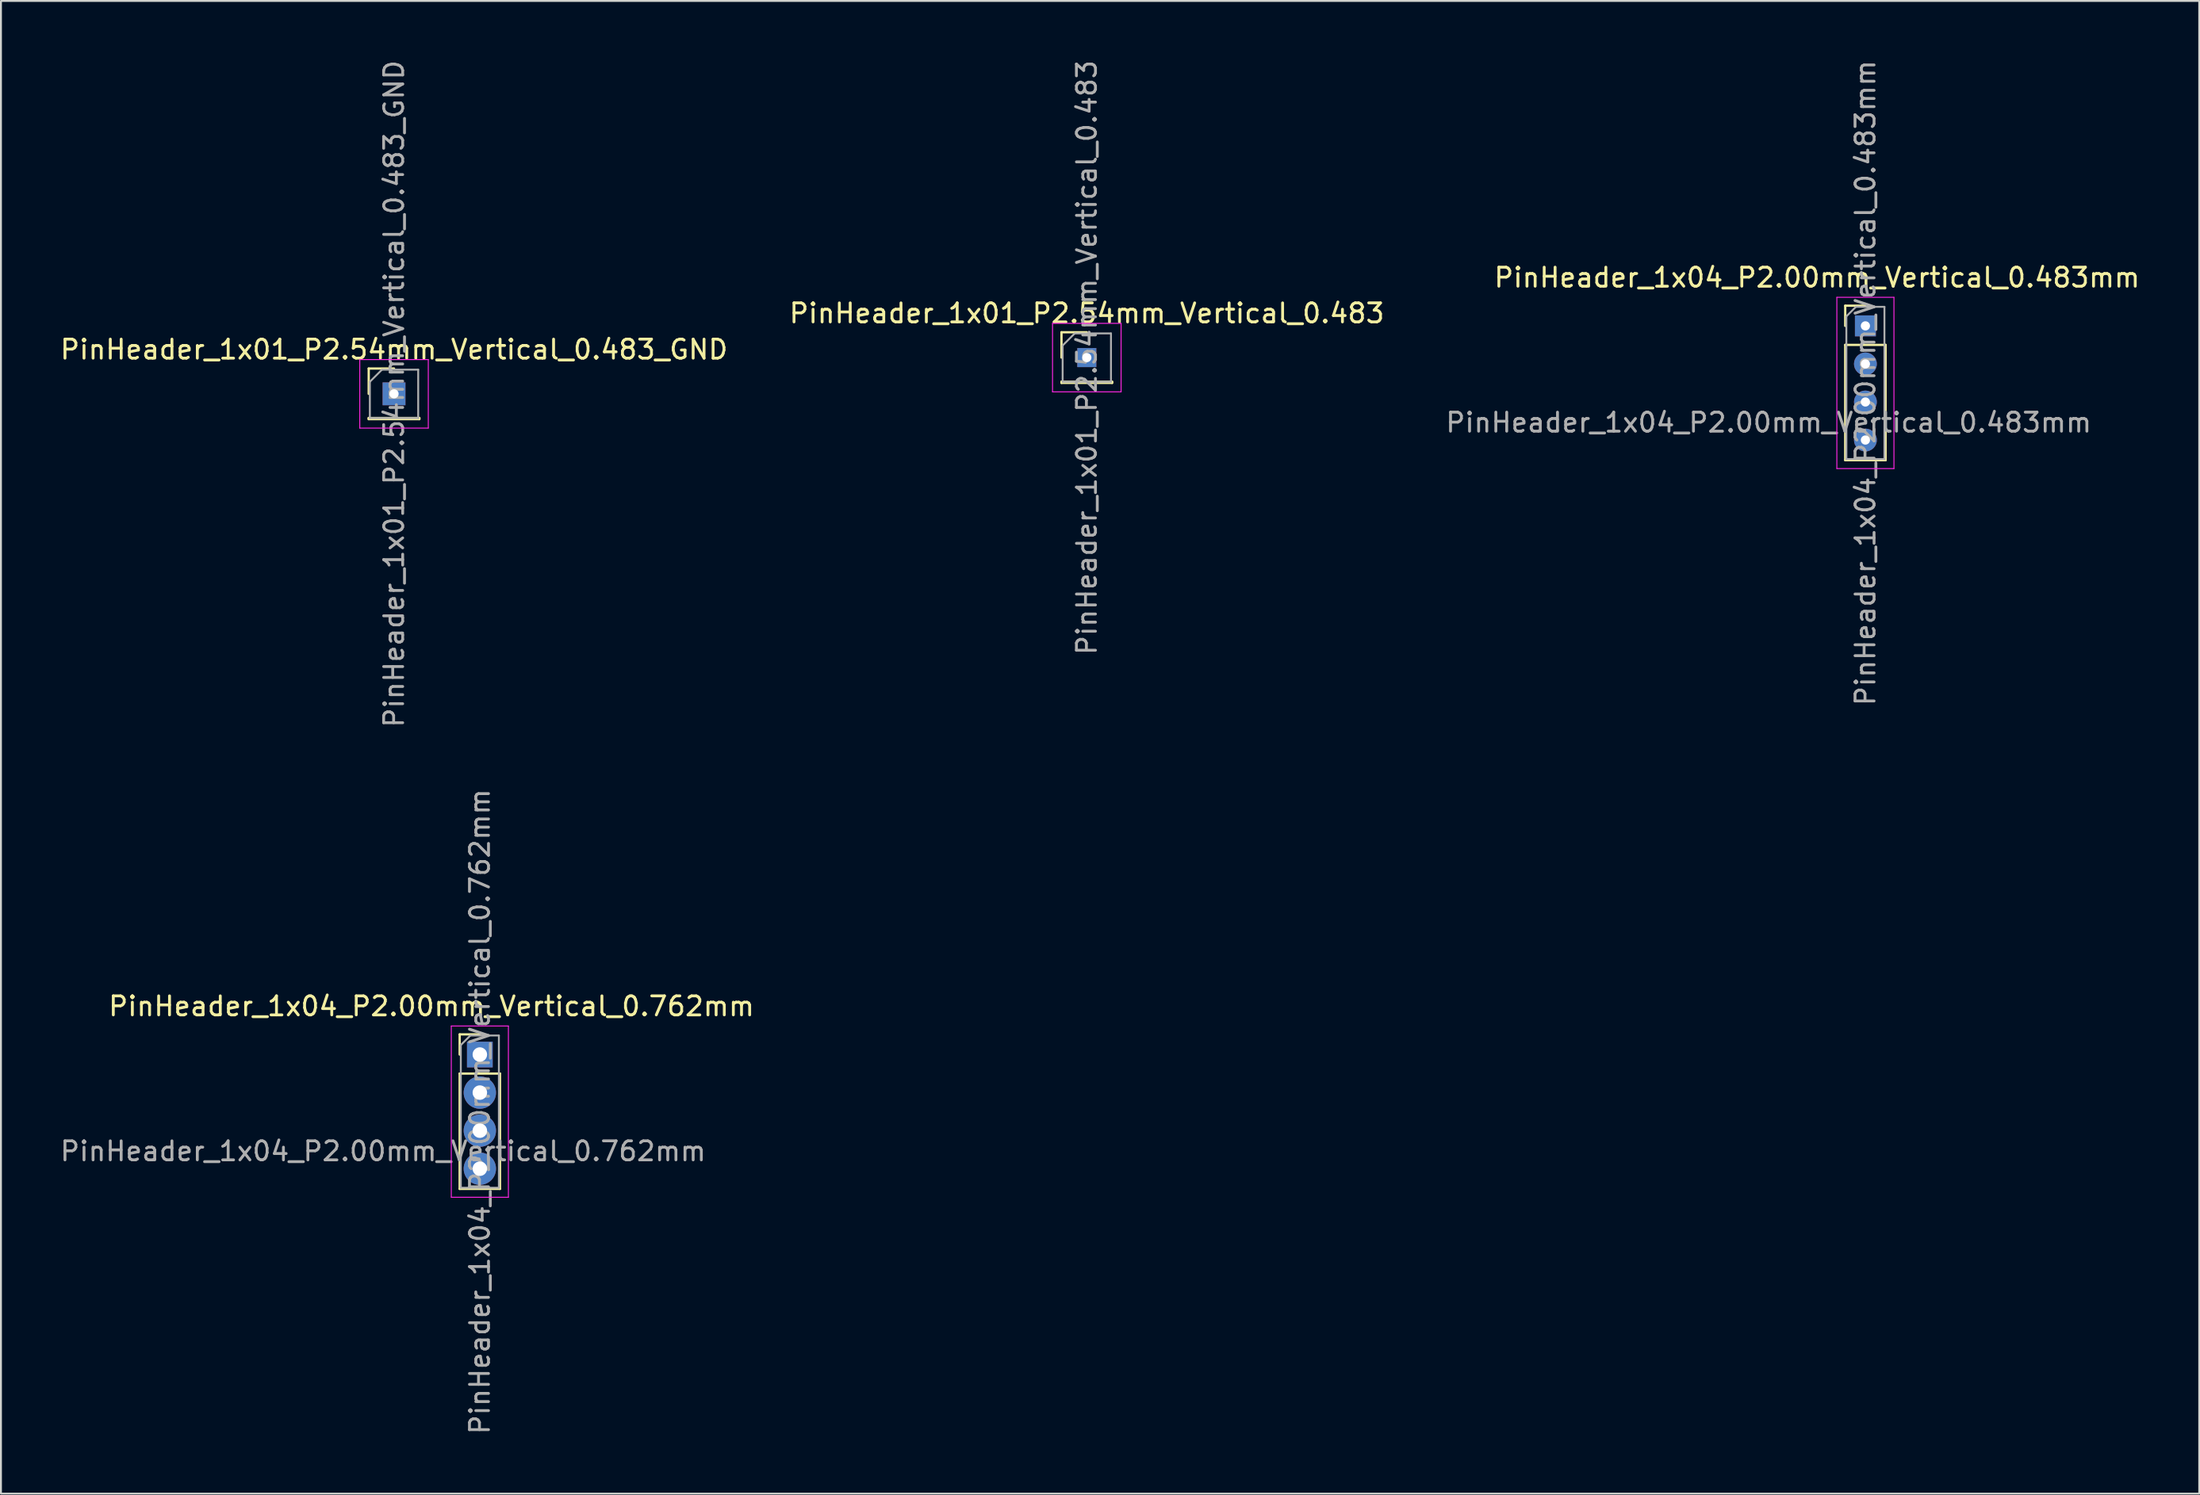
<source format=kicad_pcb>
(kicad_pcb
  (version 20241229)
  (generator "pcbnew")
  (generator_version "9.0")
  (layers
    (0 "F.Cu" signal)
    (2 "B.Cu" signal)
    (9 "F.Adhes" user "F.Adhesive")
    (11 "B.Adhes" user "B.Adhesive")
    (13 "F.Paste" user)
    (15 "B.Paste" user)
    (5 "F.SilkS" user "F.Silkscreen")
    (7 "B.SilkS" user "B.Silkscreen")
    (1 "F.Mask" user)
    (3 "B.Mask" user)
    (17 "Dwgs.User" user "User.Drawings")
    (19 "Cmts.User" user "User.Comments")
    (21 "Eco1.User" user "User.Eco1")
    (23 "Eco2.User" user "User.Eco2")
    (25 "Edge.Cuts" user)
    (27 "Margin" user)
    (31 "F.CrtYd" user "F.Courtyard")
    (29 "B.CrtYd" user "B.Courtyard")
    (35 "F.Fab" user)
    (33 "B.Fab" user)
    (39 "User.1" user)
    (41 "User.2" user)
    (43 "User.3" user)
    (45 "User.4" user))
  (footprint "PinHeader_1x04_P2.00mm_Vertical_0.762mm"
    (layer "F.Cu")
    (at 22.157 52.375)
    (property "Reference" "PinHeader_1x04_P2.00mm_Vertical_0.762mm" (at -2.54 -2.54 0) (unlocked yes) (layer "F.SilkS") (effects (font (size 1 1) (thickness 0.15))))
    (attr smd)
    (fp_line (start -1.06 -1.06) (end 0 -1.06) (stroke (width 0.12) (type solid)) (layer "F.SilkS"))
    (fp_line (start -1.06 0) (end -1.06 -1.06) (stroke (width 0.12) (type solid)) (layer "F.SilkS"))
    (fp_line (start -1.06 1) (end -1.06 7.06) (stroke (width 0.12) (type solid)) (layer "F.SilkS"))
    (fp_line (start -1.06 1) (end 1.06 1) (stroke (width 0.12) (type solid)) (layer "F.SilkS"))
    (fp_line (start -1.06 7.06) (end 1.06 7.06) (stroke (width 0.12) (type solid)) (layer "F.SilkS"))
    (fp_line (start 1.06 1) (end 1.06 7.06) (stroke (width 0.12) (type solid)) (layer "F.SilkS"))
    (fp_line (start -1.5 -1.5) (end -1.5 7.5) (stroke (width 0.05) (type solid)) (layer "F.CrtYd"))
    (fp_line (start -1.5 7.5) (end 1.5 7.5) (stroke (width 0.05) (type solid)) (layer "F.CrtYd"))
    (fp_line (start 1.5 -1.5) (end -1.5 -1.5) (stroke (width 0.05) (type solid)) (layer "F.CrtYd"))
    (fp_line (start 1.5 7.5) (end 1.5 -1.5) (stroke (width 0.05) (type solid)) (layer "F.CrtYd"))
    (fp_line (start -1 -0.5) (end -0.5 -1) (stroke (width 0.1) (type solid)) (layer "F.Fab"))
    (fp_line (start -1 7) (end -1 -0.5) (stroke (width 0.1) (type solid)) (layer "F.Fab"))
    (fp_line (start -0.5 -1) (end 1 -1) (stroke (width 0.1) (type solid)) (layer "F.Fab"))
    (fp_line (start 1 -1) (end 1 7) (stroke (width 0.1) (type solid)) (layer "F.Fab"))
    (fp_line (start 1 7) (end -1 7) (stroke (width 0.1) (type solid)) (layer "F.Fab"))
    (fp_text user "${REFERENCE}" (at -5.08 5.08 0) (unlocked yes) (layer "F.Fab") (effects (font (size 1 1) (thickness 0.15))))
    (fp_text user "${REFERENCE}" (at 0 3 90) (layer "F.Fab") (effects (font (size 1 1) (thickness 0.15))))
    (pad "1" thru_hole rect (at 0 0) (size 1.35 1.35) (drill 0.762) (layers "*.Cu" "*.Mask"))
    (pad "2" thru_hole oval (at 0 2) (size 1.7 1.7) (drill 0.762) (layers "*.Cu" "*.Mask"))
    (pad "3" thru_hole oval (at 0 4) (size 1.7 1.7) (drill 0.762) (layers "*.Cu" "*.Mask"))
    (pad "4" thru_hole oval (at 0 6) (size 1.7 1.7) (drill 0.762) (layers "*.Cu" "*.Mask")))
  (footprint "PinHeader_1x01_P2.54mm_Vertical_0.483_GND"
    (layer "F.Cu")
    (at 17.649 17.649)
    (property "Reference" "PinHeader_1x01_P2.54mm_Vertical_0.483_GND" (at 0 -2.33 0) (layer "F.SilkS") (effects (font (size 1 1) (thickness 0.15))))
    (attr through_hole)
    (fp_line (start -1.33 -1.33) (end 0 -1.33) (stroke (width 0.12) (type solid)) (layer "F.SilkS"))
    (fp_line (start -1.33 0) (end -1.33 -1.33) (stroke (width 0.12) (type solid)) (layer "F.SilkS"))
    (fp_line (start -1.33 1.27) (end -1.33 1.33) (stroke (width 0.12) (type solid)) (layer "F.SilkS"))
    (fp_line (start -1.33 1.27) (end 1.33 1.27) (stroke (width 0.12) (type solid)) (layer "F.SilkS"))
    (fp_line (start -1.33 1.33) (end 1.33 1.33) (stroke (width 0.12) (type solid)) (layer "F.SilkS"))
    (fp_line (start 1.33 1.27) (end 1.33 1.33) (stroke (width 0.12) (type solid)) (layer "F.SilkS"))
    (fp_line (start -1.8 -1.8) (end -1.8 1.8) (stroke (width 0.05) (type solid)) (layer "F.CrtYd"))
    (fp_line (start -1.8 1.8) (end 1.8 1.8) (stroke (width 0.05) (type solid)) (layer "F.CrtYd"))
    (fp_line (start 1.8 -1.8) (end -1.8 -1.8) (stroke (width 0.05) (type solid)) (layer "F.CrtYd"))
    (fp_line (start 1.8 1.8) (end 1.8 -1.8) (stroke (width 0.05) (type solid)) (layer "F.CrtYd"))
    (fp_line (start -1.27 -0.635) (end -0.635 -1.27) (stroke (width 0.1) (type solid)) (layer "F.Fab"))
    (fp_line (start -1.27 1.27) (end -1.27 -0.635) (stroke (width 0.1) (type solid)) (layer "F.Fab"))
    (fp_line (start -0.635 -1.27) (end 1.27 -1.27) (stroke (width 0.1) (type solid)) (layer "F.Fab"))
    (fp_line (start 1.27 -1.27) (end 1.27 1.27) (stroke (width 0.1) (type solid)) (layer "F.Fab"))
    (fp_line (start 1.27 1.27) (end -1.27 1.27) (stroke (width 0.1) (type solid)) (layer "F.Fab"))
    (fp_text user "${REFERENCE}" (at 0 0 90) (layer "F.Fab") (effects (font (size 1 1) (thickness 0.15))))
    (pad "1" thru_hole rect (at 0 0) (size 1.2 1.2) (drill 0.483) (layers "*.Cu" "*.Mask")))
  (footprint "PinHeader_1x01_P2.54mm_Vertical_0.483"
    (layer "F.Cu")
    (at 54.042 15.744)
    (property "Reference" "PinHeader_1x01_P2.54mm_Vertical_0.483" (at 0 -2.33 0) (layer "F.SilkS") (effects (font (size 1 1) (thickness 0.15))))
    (attr through_hole)
    (fp_line (start -1.33 -1.33) (end 0 -1.33) (stroke (width 0.12) (type solid)) (layer "F.SilkS"))
    (fp_line (start -1.33 0) (end -1.33 -1.33) (stroke (width 0.12) (type solid)) (layer "F.SilkS"))
    (fp_line (start -1.33 1.27) (end -1.33 1.33) (stroke (width 0.12) (type solid)) (layer "F.SilkS"))
    (fp_line (start -1.33 1.27) (end 1.33 1.27) (stroke (width 0.12) (type solid)) (layer "F.SilkS"))
    (fp_line (start -1.33 1.33) (end 1.33 1.33) (stroke (width 0.12) (type solid)) (layer "F.SilkS"))
    (fp_line (start 1.33 1.27) (end 1.33 1.33) (stroke (width 0.12) (type solid)) (layer "F.SilkS"))
    (fp_line (start -1.8 -1.8) (end -1.8 1.8) (stroke (width 0.05) (type solid)) (layer "F.CrtYd"))
    (fp_line (start -1.8 1.8) (end 1.8 1.8) (stroke (width 0.05) (type solid)) (layer "F.CrtYd"))
    (fp_line (start 1.8 -1.8) (end -1.8 -1.8) (stroke (width 0.05) (type solid)) (layer "F.CrtYd"))
    (fp_line (start 1.8 1.8) (end 1.8 -1.8) (stroke (width 0.05) (type solid)) (layer "F.CrtYd"))
    (fp_line (start -1.27 -0.635) (end -0.635 -1.27) (stroke (width 0.1) (type solid)) (layer "F.Fab"))
    (fp_line (start -1.27 1.27) (end -1.27 -0.635) (stroke (width 0.1) (type solid)) (layer "F.Fab"))
    (fp_line (start -0.635 -1.27) (end 1.27 -1.27) (stroke (width 0.1) (type solid)) (layer "F.Fab"))
    (fp_line (start 1.27 -1.27) (end 1.27 1.27) (stroke (width 0.1) (type solid)) (layer "F.Fab"))
    (fp_line (start 1.27 1.27) (end -1.27 1.27) (stroke (width 0.1) (type solid)) (layer "F.Fab"))
    (fp_text user "${REFERENCE}" (at 0 0 90) (layer "F.Fab") (effects (font (size 1 1) (thickness 0.15))))
    (pad "1" thru_hole rect (at 0 0) (size 1 1) (drill 0.483) (layers "*.Cu" "*.Mask")))
  (footprint "PinHeader_1x04_P2.00mm_Vertical_0.483mm"
    (layer "F.Cu")
    (at 94.943 14.077)
    (property "Reference" "PinHeader_1x04_P2.00mm_Vertical_0.483mm" (at -2.54 -2.54 0) (unlocked yes) (layer "F.SilkS") (effects (font (size 1 1) (thickness 0.15))))
    (attr smd)
    (fp_line (start -1.06 -1.06) (end 0 -1.06) (stroke (width 0.12) (type solid)) (layer "F.SilkS"))
    (fp_line (start -1.06 0) (end -1.06 -1.06) (stroke (width 0.12) (type solid)) (layer "F.SilkS"))
    (fp_line (start -1.06 1) (end -1.06 7.06) (stroke (width 0.12) (type solid)) (layer "F.SilkS"))
    (fp_line (start -1.06 1) (end 1.06 1) (stroke (width 0.12) (type solid)) (layer "F.SilkS"))
    (fp_line (start -1.06 7.06) (end 1.06 7.06) (stroke (width 0.12) (type solid)) (layer "F.SilkS"))
    (fp_line (start 1.06 1) (end 1.06 7.06) (stroke (width 0.12) (type solid)) (layer "F.SilkS"))
    (fp_line (start -1.5 -1.5) (end -1.5 7.5) (stroke (width 0.05) (type solid)) (layer "F.CrtYd"))
    (fp_line (start -1.5 7.5) (end 1.5 7.5) (stroke (width 0.05) (type solid)) (layer "F.CrtYd"))
    (fp_line (start 1.5 -1.5) (end -1.5 -1.5) (stroke (width 0.05) (type solid)) (layer "F.CrtYd"))
    (fp_line (start 1.5 7.5) (end 1.5 -1.5) (stroke (width 0.05) (type solid)) (layer "F.CrtYd"))
    (fp_line (start -1 -0.5) (end -0.5 -1) (stroke (width 0.1) (type solid)) (layer "F.Fab"))
    (fp_line (start -1 7) (end -1 -0.5) (stroke (width 0.1) (type solid)) (layer "F.Fab"))
    (fp_line (start -0.5 -1) (end 1 -1) (stroke (width 0.1) (type solid)) (layer "F.Fab"))
    (fp_line (start 1 -1) (end 1 7) (stroke (width 0.1) (type solid)) (layer "F.Fab"))
    (fp_line (start 1 7) (end -1 7) (stroke (width 0.1) (type solid)) (layer "F.Fab"))
    (fp_text user "${REFERENCE}" (at 0 3 90) (layer "F.Fab") (effects (font (size 1 1) (thickness 0.15))))
    (fp_text user "${REFERENCE}" (at -5.08 5.08 0) (unlocked yes) (layer "F.Fab") (effects (font (size 1 1) (thickness 0.15))))
    (pad "1" thru_hole rect (at 0 0) (size 1.1 1.1) (drill 0.483) (layers "*.Cu" "*.Mask"))
    (pad "2" thru_hole oval (at 0 2) (size 1.2 1.2) (drill 0.483) (layers "*.Cu" "*.Mask"))
    (pad "3" thru_hole oval (at 0 4) (size 1.2 1.2) (drill 0.483) (layers "*.Cu" "*.Mask"))
    (pad "4" thru_hole oval (at 0 6) (size 1.2 1.2) (drill 0.483) (layers "*.Cu" "*.Mask")))
  (gr_rect
    (start -3 -3)
    (end 112.48 75.452)
    (stroke (width 0.1) (type default))
    (fill no)
    (layer "Edge.Cuts")))
</source>
